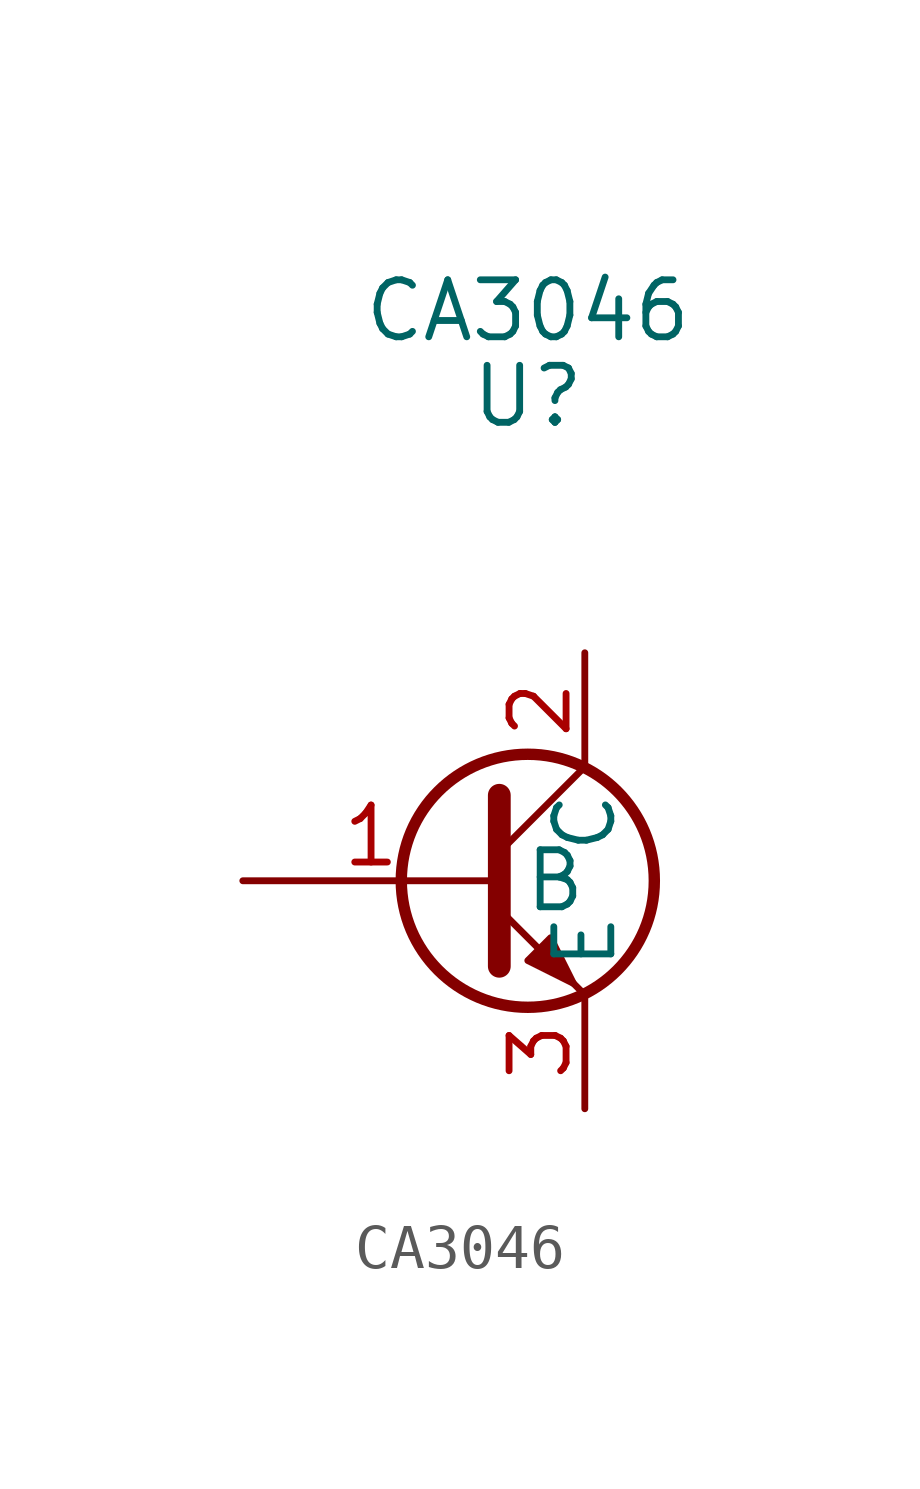
<source format=kicad_sym>
(kicad_symbol_lib
  (version 20220914)
  (generator kicad_symbol_editor)
  (symbol "CA3046"
    (property "Reference" "U"
      (at 0 0 0)
      (effects (font (size 1.27 1.27))))
    (property "Value" "CA3046"
      (at 0 1.905 0)
      (effects (font (size 1.27 1.27))))
    (symbol "CA3046_0_1"
      (circle (center 0 -10.795) (radius 2.819) (stroke (width 0.254) (type default)) (fill (type none)))
      (polyline (pts (xy -0.635 -10.16) (xy 1.27 -8.255)) (stroke (width 0) (type default)) (fill (type none)))
      (polyline (pts (xy -0.635 -11.43) (xy 1.27 -13.335) (xy 1.27 -13.335)) (stroke (width 0) (type default)) (fill (type none)))
      (polyline (pts (xy -0.635 -8.89) (xy -0.635 -12.7) (xy -0.635 -12.7)) (stroke (width 0.508) (type default)) (fill (type none)))
      (polyline (pts (xy 0 -12.573) (xy 0.508 -12.065) (xy 1.016 -13.081) (xy 0 -12.573) (xy 0 -12.573)) (stroke (width 0) (type default)) (fill (type outline))))
    (symbol "CA3046_1_1"
      (pin input line (at -6.35 -10.795 0) (length 5.715) (name "B" (effects (font (size 1.27 1.27)))) (number "1" (effects (font (size 1.27 1.27)))))
      (pin passive line (at 1.27 -5.715 270) (length 2.54) (name "C" (effects (font (size 1.27 1.27)))) (number "2" (effects (font (size 1.27 1.27)))))
      (pin passive line (at 1.27 -15.875 90) (length 2.54) (name "E" (effects (font (size 1.27 1.27)))) (number "3" (effects (font (size 1.27 1.27))))))))
</source>
